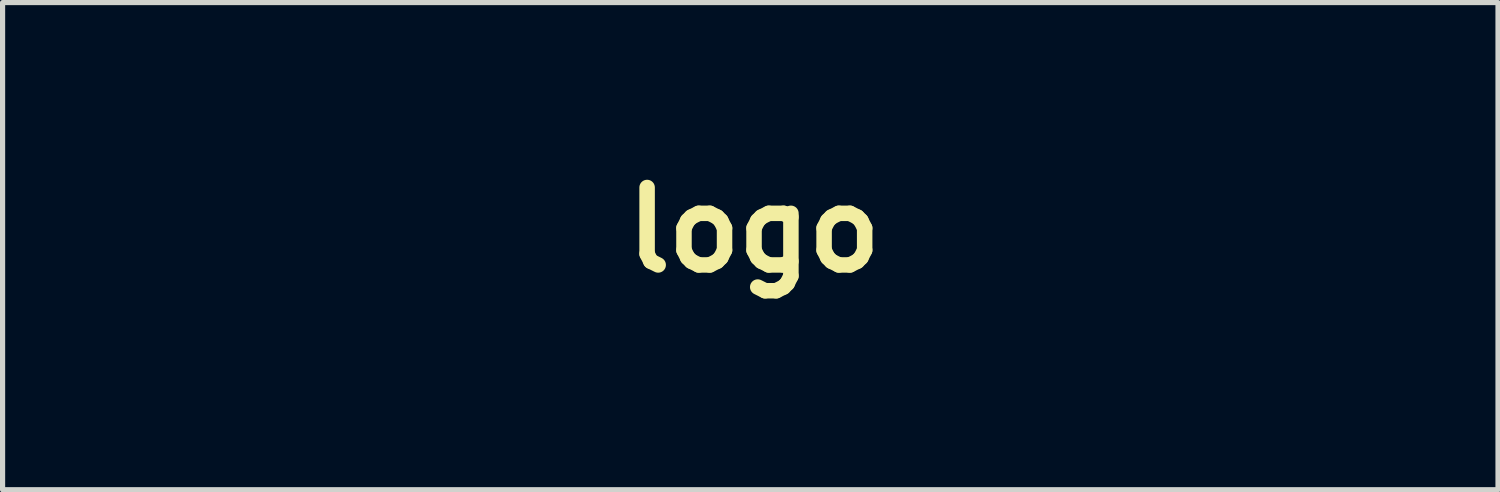
<source format=kicad_pcb>
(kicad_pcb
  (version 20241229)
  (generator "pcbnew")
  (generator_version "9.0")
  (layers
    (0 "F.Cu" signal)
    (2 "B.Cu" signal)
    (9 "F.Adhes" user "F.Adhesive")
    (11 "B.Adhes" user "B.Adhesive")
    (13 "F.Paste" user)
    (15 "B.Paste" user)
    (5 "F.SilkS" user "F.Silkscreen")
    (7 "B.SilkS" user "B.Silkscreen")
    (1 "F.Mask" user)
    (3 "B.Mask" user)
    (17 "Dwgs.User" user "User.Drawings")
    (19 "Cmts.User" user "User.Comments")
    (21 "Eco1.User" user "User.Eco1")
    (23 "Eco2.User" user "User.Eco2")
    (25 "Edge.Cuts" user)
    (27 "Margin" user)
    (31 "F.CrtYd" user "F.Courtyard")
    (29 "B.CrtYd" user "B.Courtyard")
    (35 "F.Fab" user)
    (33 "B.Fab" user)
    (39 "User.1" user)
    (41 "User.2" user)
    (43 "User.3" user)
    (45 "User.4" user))
  (footprint "logo"
    (layer "F.Cu")
    (at 11.557 1.404)
    (property "Reference" "logo" (at 0 0 0) (layer "F.SilkS") (effects (font (size 1.5 1.5) (thickness 0.3))))
    (attr board_only exclude_from_pos_files exclude_from_bom)
    (fp_poly (pts (xy 8.838 -0.597) (xy 8.804 -0.152) (xy 8.78 0.371) (xy 8.773 0.78) (xy 8.773 1.53) (xy 8.278 1.53) (xy 7.783 1.53) (xy 7.718 0.536) (xy 7.688 0.057) (xy 7.666 -0.39) (xy 7.653 -0.734) (xy 7.651 -0.842) (xy 7.651 -1.224) (xy 8.277 -1.224) (xy 8.904 -1.224)) (stroke (width 0) (type solid)) (fill yes) (layer "F.Mask"))
    (fp_poly (pts (xy -6.565 -0.536) (xy -6.867 0.232) (xy -6.982 0.842) (xy -7.055 1.53) (xy -7.492 1.53) (xy -7.93 1.53) (xy -7.978 0.78) (xy -8.03 0.295) (xy -8.132 -0.088) (xy -8.312 -0.468) (xy -8.348 -0.533) (xy -8.516 -0.835) (xy -8.632 -1.065) (xy -8.671 -1.165) (xy -8.578 -1.196) (xy -8.336 -1.21) (xy -8.037 -1.203) (xy -7.688 -1.181) (xy -7.489 -1.139) (xy -7.385 -1.05) (xy -7.321 -0.887) (xy -7.308 -0.842) (xy -7.209 -0.587) (xy -7.111 -0.533) (xy -7.006 -0.682) (xy -6.937 -0.867) (xy -6.828 -1.111) (xy -6.68 -1.21) (xy -6.519 -1.224) (xy -6.22 -1.224)) (stroke (width 0) (type solid)) (fill yes) (layer "F.Mask"))
    (fp_poly (pts (xy 4.263 -1.28) (xy 4.634 -1.079) (xy 4.914 -0.735) (xy 5.074 -0.268) (xy 5.1 0.049) (xy 5.033 0.614) (xy 4.846 1.069) (xy 4.567 1.399) (xy 4.221 1.586) (xy 3.833 1.615) (xy 3.43 1.467) (xy 3.192 1.288) (xy 2.984 1.08) (xy 2.865 0.888) (xy 2.805 0.637) (xy 2.798 0.553) (xy 3.613 0.553) (xy 3.661 0.74) (xy 3.788 0.966) (xy 3.929 0.993) (xy 4.101 0.823) (xy 4.146 0.757) (xy 4.247 0.482) (xy 4.228 0.213) (xy 4.105 0.014) (xy 3.927 -0.051) (xy 3.738 0.037) (xy 3.626 0.259) (xy 3.613 0.553) (xy 2.798 0.553) (xy 2.775 0.284) (xy 2.79 -0.309) (xy 2.928 -0.753) (xy 3.196 -1.067) (xy 3.363 -1.171) (xy 3.83 -1.318)) (stroke (width 0) (type solid)) (fill yes) (layer "F.Mask"))
    (fp_poly (pts (xy -10.334 -0.357) (xy -10.395 0.51) (xy -10.144 0.51) (xy -9.894 0.51) (xy -9.96 -0.357) (xy -10.027 -1.224) (xy -9.436 -1.224) (xy -8.844 -1.224) (xy -8.91 -0.29) (xy -8.941 0.188) (xy -8.964 0.645) (xy -8.976 1.004) (xy -8.977 1.087) (xy -8.977 1.53) (xy -9.436 1.53) (xy -9.719 1.52) (xy -9.853 1.468) (xy -9.893 1.344) (xy -9.895 1.275) (xy -9.946 1.072) (xy -10.043 1.02) (xy -10.212 0.941) (xy -10.295 0.842) (xy -10.36 0.768) (xy -10.392 0.854) (xy -10.402 1.097) (xy -10.405 1.53) (xy -10.915 1.53) (xy -11.425 1.53) (xy -11.426 0.995) (xy -11.434 0.624) (xy -11.457 0.147) (xy -11.488 -0.338) (xy -11.492 -0.383) (xy -11.557 -1.224) (xy -10.915 -1.224) (xy -10.273 -1.224)) (stroke (width 0) (type solid)) (fill yes) (layer "F.Mask"))
    (fp_poly (pts (xy -4.702 -1.186) (xy -4.262 -1.062) (xy -3.973 -0.838) (xy -3.817 -0.499) (xy -3.774 -0.072) (xy -3.863 0.379) (xy -4.112 0.723) (xy -4.497 0.931) (xy -4.592 0.954) (xy -4.815 1.037) (xy -4.893 1.2) (xy -4.896 1.273) (xy -4.913 1.425) (xy -4.996 1.502) (xy -5.199 1.528) (xy -5.406 1.53) (xy -5.916 1.53) (xy -5.916 1.087) (xy -5.924 0.778) (xy -5.944 0.345) (xy -5.952 0.204) (xy -4.896 0.204) (xy -4.871 0.428) (xy -4.777 0.496) (xy -4.718 0.491) (xy -4.571 0.369) (xy -4.539 0.204) (xy -4.605 -0.017) (xy -4.718 -0.083) (xy -4.845 -0.062) (xy -4.893 0.098) (xy -4.896 0.204) (xy -5.952 0.204) (xy -5.972 -0.135) (xy -5.983 -0.29) (xy -6.049 -1.224) (xy -5.315 -1.224)) (stroke (width 0) (type solid)) (fill yes) (layer "F.Mask"))
    (fp_poly (pts (xy 2.2 -1.281) (xy 2.401 -1.234) (xy 2.505 -1.154) (xy 2.544 -0.983) (xy 2.55 -0.667) (xy 2.55 -0.658) (xy 2.537 -0.323) (xy 2.489 -0.151) (xy 2.396 -0.102) (xy 2.394 -0.102) (xy 2.224 -0.027) (xy 2.179 0.161) (xy 2.272 0.405) (xy 2.286 0.426) (xy 2.427 0.761) (xy 2.418 1.097) (xy 2.262 1.361) (xy 2.08 1.453) (xy 1.817 1.512) (xy 1.541 1.533) (xy 1.321 1.511) (xy 1.224 1.442) (xy 1.224 1.436) (xy 1.19 1.266) (xy 1.162 1.181) (xy 1.166 1.059) (xy 1.331 1.02) (xy 1.36 1.02) (xy 1.596 0.985) (xy 1.667 0.872) (xy 1.573 0.667) (xy 1.331 0.374) (xy 1.019 -0.06) (xy 0.908 -0.472) (xy 0.995 -0.869) (xy 1.019 -0.917) (xy 1.217 -1.102) (xy 1.542 -1.237) (xy 1.921 -1.298)) (stroke (width 0) (type solid)) (fill yes) (layer "F.Mask"))
    (fp_poly (pts (xy 6.052 -1.191) (xy 6.312 -1.06) (xy 6.498 -0.898) (xy 6.835 -0.572) (xy 6.835 -0.898) (xy 6.856 -1.124) (xy 6.961 -1.211) (xy 7.141 -1.224) (xy 7.331 -1.21) (xy 7.42 -1.13) (xy 7.445 -0.928) (xy 7.447 -0.781) (xy 7.439 -0.472) (xy 7.419 -0.038) (xy 7.391 0.441) (xy 7.381 0.591) (xy 7.315 1.519) (xy 6.725 1.066) (xy 6.431 0.845) (xy 6.201 0.683) (xy 6.082 0.613) (xy 6.077 0.612) (xy 6.042 0.703) (xy 6.021 0.934) (xy 6.018 1.071) (xy 6.01 1.353) (xy 5.958 1.487) (xy 5.828 1.528) (xy 5.712 1.53) (xy 5.541 1.522) (xy 5.45 1.464) (xy 5.413 1.308) (xy 5.406 1.006) (xy 5.406 0.933) (xy 5.397 0.516) (xy 5.372 0.009) (xy 5.34 -0.444) (xy 5.274 -1.224) (xy 5.718 -1.224)) (stroke (width 0) (type solid)) (fill yes) (layer "F.Mask"))
    (fp_poly (pts (xy -2.314 -1.222) (xy -2.028 -1.199) (xy -1.881 -1.124) (xy -1.837 -0.971) (xy -1.864 -0.71) (xy -1.902 -0.483) (xy -1.961 -0.232) (xy -2.057 -0.131) (xy -2.229 -0.126) (xy -2.452 -0.096) (xy -2.529 0.026) (xy -2.509 0.154) (xy -2.349 0.201) (xy -2.252 0.204) (xy -2.024 0.241) (xy -1.94 0.332) (xy -2.025 0.564) (xy -2.255 0.662) (xy -2.294 0.663) (xy -2.475 0.74) (xy -2.531 0.842) (xy -2.509 0.97) (xy -2.346 1.017) (xy -2.252 1.02) (xy -2.03 1.046) (xy -1.947 1.157) (xy -1.938 1.275) (xy -1.947 1.402) (xy -2.001 1.477) (xy -2.141 1.515) (xy -2.41 1.529) (xy -2.754 1.53) (xy -3.57 1.53) (xy -3.571 0.995) (xy -3.58 0.624) (xy -3.602 0.147) (xy -3.634 -0.338) (xy -3.637 -0.383) (xy -3.703 -1.224) (xy -2.769 -1.224)) (stroke (width 0) (type solid)) (fill yes) (layer "F.Mask"))
    (fp_poly (pts (xy -0.738 -1.209) (xy -0.281 -1.185) (xy 0.024 -1.148) (xy 0.229 -1.085) (xy 0.386 -0.983) (xy 0.451 -0.926) (xy 0.665 -0.596) (xy 0.729 -0.199) (xy 0.641 0.197) (xy 0.454 0.473) (xy 0.296 0.678) (xy 0.292 0.859) (xy 0.452 1.067) (xy 0.591 1.191) (xy 0.656 1.289) (xy 0.573 1.386) (xy 0.422 1.472) (xy 0.155 1.595) (xy -0.014 1.599) (xy -0.154 1.462) (xy -0.284 1.25) (xy -0.505 0.867) (xy -0.508 1.199) (xy -0.518 1.395) (xy -0.583 1.493) (xy -0.753 1.526) (xy -1.02 1.53) (xy -1.53 1.53) (xy -1.53 1.087) (xy -1.538 0.78) (xy -1.557 0.347) (xy -1.566 0.204) (xy -0.51 0.204) (xy -0.455 0.44) (xy -0.322 0.512) (xy -0.162 0.403) (xy -0.11 0.322) (xy -0.069 0.109) (xy -0.127 0.016) (xy -0.323 -0.101) (xy -0.46 -0.03) (xy -0.51 0.204) (xy -1.566 0.204) (xy -1.586 -0.135) (xy -1.597 -0.301) (xy -1.664 -1.246)) (stroke (width 0) (type solid)) (fill yes) (layer "F.Mask"))
    (fp_poly (pts (xy 10.595 -1.264) (xy 10.99 -1.056) (xy 11.28 -0.698) (xy 11.281 -0.696) (xy 11.397 -0.296) (xy 11.412 0.19) (xy 11.332 0.676) (xy 11.165 1.077) (xy 11.129 1.13) (xy 10.985 1.342) (xy 10.958 1.472) (xy 11.042 1.603) (xy 11.081 1.646) (xy 11.199 1.805) (xy 11.171 1.902) (xy 11.115 1.943) (xy 10.862 2.033) (xy 10.649 1.937) (xy 10.629 1.918) (xy 10.521 1.753) (xy 10.507 1.688) (xy 10.417 1.615) (xy 10.196 1.575) (xy 10.152 1.574) (xy 9.741 1.472) (xy 9.414 1.202) (xy 9.189 0.79) (xy 9.104 0.361) (xy 9.929 0.361) (xy 9.987 0.664) (xy 10.051 0.784) (xy 10.23 1.057) (xy 10.419 0.823) (xy 10.559 0.595) (xy 10.609 0.416) (xy 10.546 0.171) (xy 10.395 -0.016) (xy 10.213 -0.082) (xy 10.168 -0.072) (xy 9.992 0.092) (xy 9.929 0.361) (xy 9.104 0.361) (xy 9.084 0.261) (xy 9.079 0.102) (xy 9.149 -0.469) (xy 9.358 -0.898) (xy 9.687 -1.171) (xy 10.145 -1.307)) (stroke (width 0) (type solid)) (fill yes) (layer "F.Mask")))
  (gr_rect
    (start -3 -3)
    (end 25.969 6.437)
    (stroke (width 0.1) (type default))
    (fill no)
    (layer "Edge.Cuts")))
</source>
